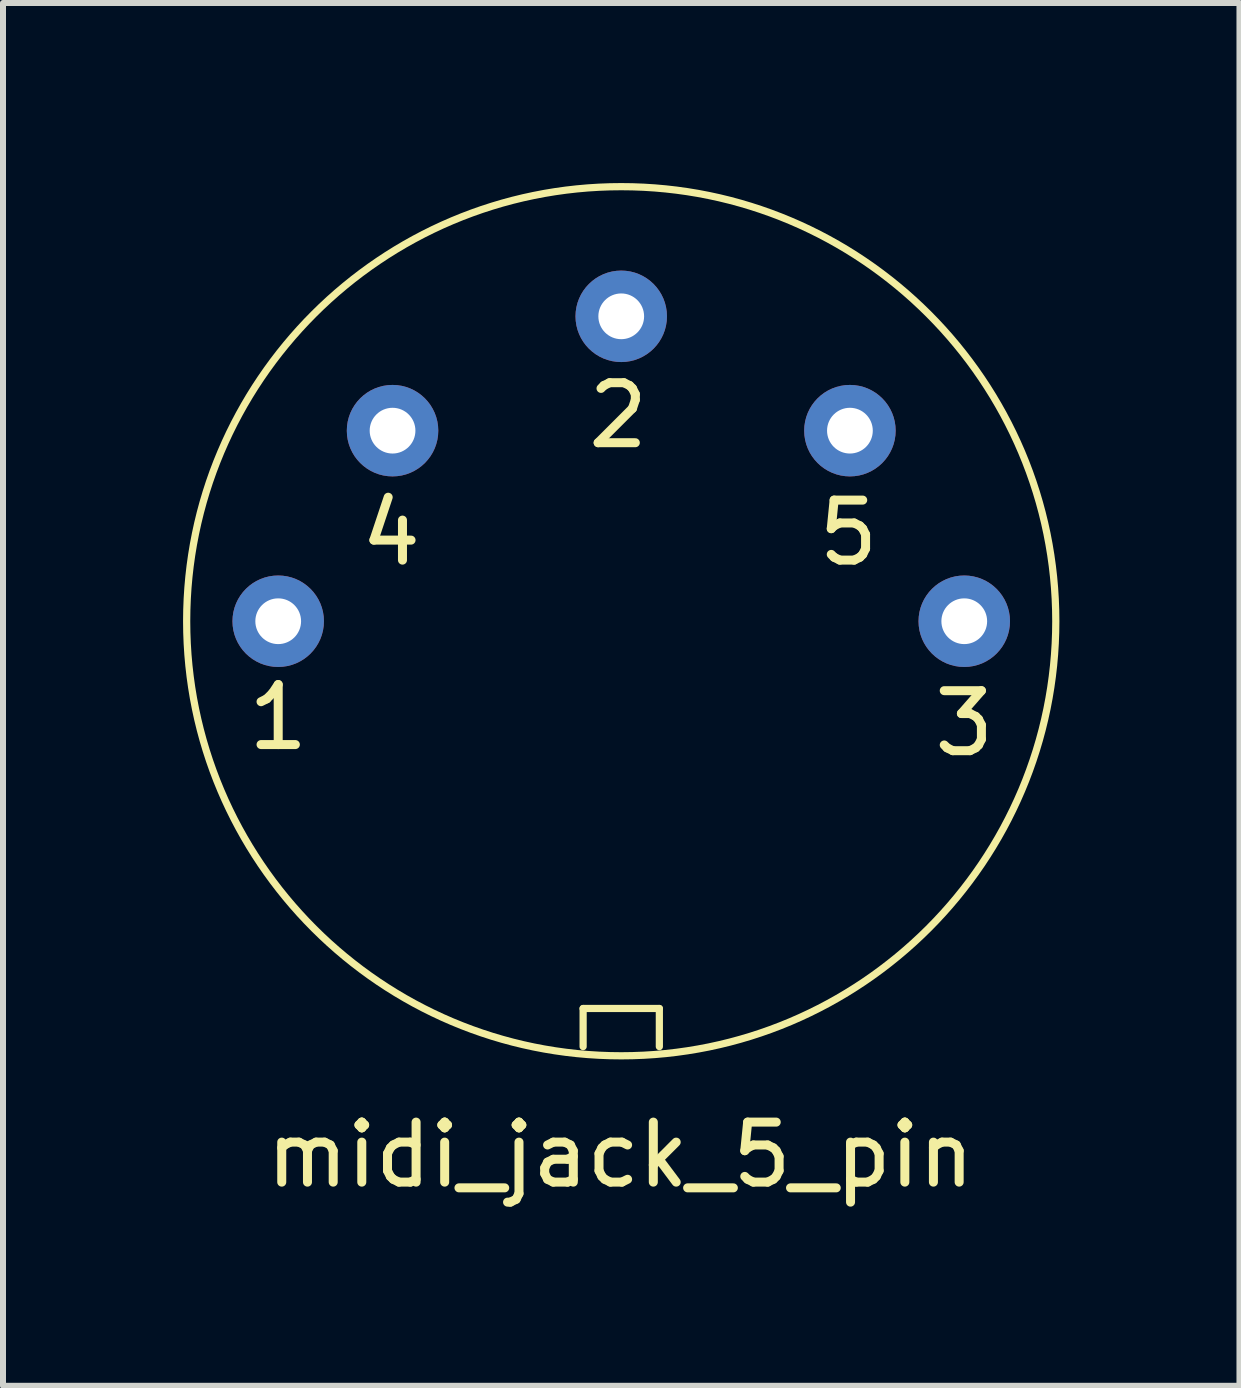
<source format=kicad_pcb>
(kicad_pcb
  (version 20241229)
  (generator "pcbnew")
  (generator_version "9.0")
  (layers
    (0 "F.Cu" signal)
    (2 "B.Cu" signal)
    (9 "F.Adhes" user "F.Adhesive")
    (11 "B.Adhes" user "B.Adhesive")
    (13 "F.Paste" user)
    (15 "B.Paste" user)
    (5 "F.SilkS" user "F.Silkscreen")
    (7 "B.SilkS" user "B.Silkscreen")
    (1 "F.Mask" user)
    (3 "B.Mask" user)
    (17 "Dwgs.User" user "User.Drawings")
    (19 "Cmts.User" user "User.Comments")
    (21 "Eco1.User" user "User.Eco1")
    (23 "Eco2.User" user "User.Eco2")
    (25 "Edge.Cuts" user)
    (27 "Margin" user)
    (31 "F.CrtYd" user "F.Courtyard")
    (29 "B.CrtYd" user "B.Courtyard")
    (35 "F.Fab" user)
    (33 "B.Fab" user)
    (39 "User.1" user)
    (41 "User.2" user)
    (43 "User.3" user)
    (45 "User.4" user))
  (footprint "midi_jack_5_pin"
    (layer "F.Cu")
    (at 7.3 7.3)
    (property "Reference" "midi_jack_5_pin" (at -0.013 8.89 0) (layer "F.SilkS") (effects (font (size 1 1) (thickness 0.15))))
    (attr through_hole)
    (fp_line (start -0.635 6.452) (end 0.635 6.452) (stroke (width 0.12) (type solid)) (layer "F.SilkS"))
    (fp_line (start -0.635 7.087) (end -0.635 6.452) (stroke (width 0.12) (type solid)) (layer "F.SilkS"))
    (fp_line (start 0.635 6.452) (end 0.635 7.087) (stroke (width 0.12) (type solid)) (layer "F.SilkS"))
    (fp_circle (center 0 0) (end -6.985 1.905) (stroke (width 0.12) (type solid)) (fill no) (layer "F.SilkS"))
    (fp_text user "2" (at -0.051 -3.429 0) (layer "F.SilkS") (effects (font (size 1 1) (thickness 0.15))))
    (fp_text user "4" (at -3.835 -1.473 0) (layer "F.SilkS") (effects (font (size 1 1) (thickness 0.15))))
    (fp_text user "1" (at -5.715 1.6 0) (layer "F.SilkS") (effects (font (size 1 1) (thickness 0.15))))
    (fp_text user "3" (at 5.715 1.702 0) (layer "F.SilkS") (effects (font (size 1 1) (thickness 0.15))))
    (fp_text user "5" (at 3.785 -1.473 0) (layer "F.SilkS") (effects (font (size 1 1) (thickness 0.15))))
    (pad "1" thru_hole circle (at -5.715 0) (size 1.524 1.524) (drill 0.762) (layers "*.Cu" "*.Mask"))
    (pad "2" thru_hole circle (at 0 -5.08) (size 1.524 1.524) (drill 0.762) (layers "*.Cu" "*.Mask"))
    (pad "3" thru_hole circle (at 5.715 0) (size 1.524 1.524) (drill 0.762) (layers "*.Cu" "*.Mask"))
    (pad "4" thru_hole circle (at -3.81 -3.175) (size 1.524 1.524) (drill 0.762) (layers "*.Cu" "*.Mask"))
    (pad "5" thru_hole circle (at 3.81 -3.175 90) (size 1.524 1.524) (drill 0.762) (layers "*.Cu" "*.Mask")))
  (gr_rect
    (start -3 -3)
    (end 17.6 20.038)
    (stroke (width 0.1) (type default))
    (fill no)
    (layer "Edge.Cuts")))
</source>
